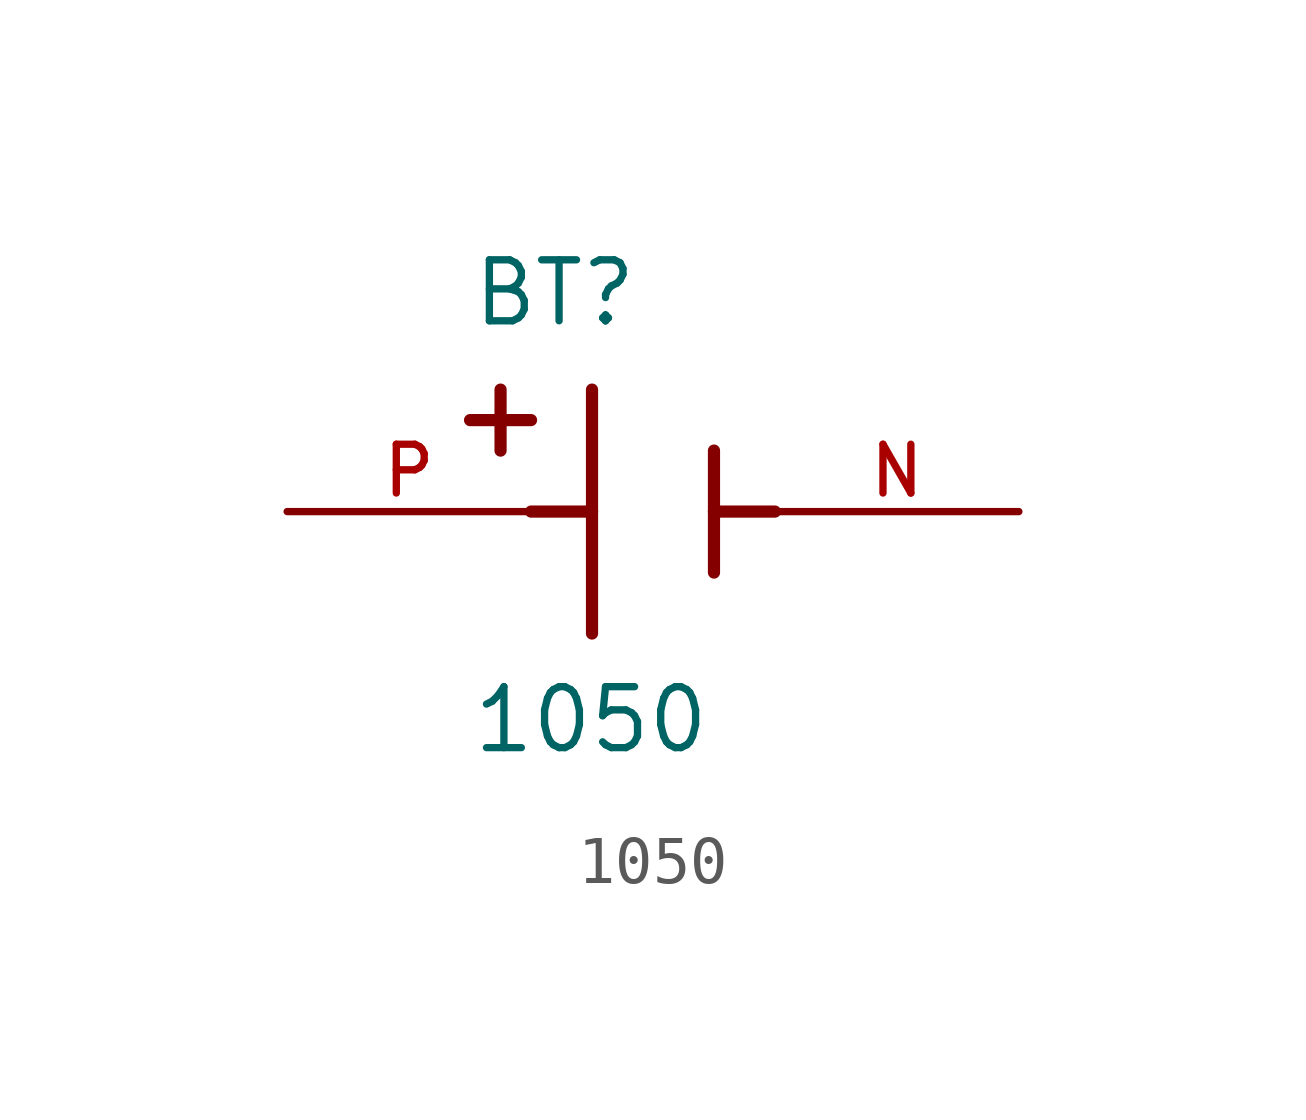
<source format=kicad_sym>
(kicad_symbol_lib
  (version 20211014)
  (generator kicad_symbol_editor)
  (symbol "1050"
    (pin_names
      (offset 1.016))
    (property "Reference" "BT"
      (at -3.81 3.81 0)
      (effects (font (size 1.27 1.27)) (justify bottom left)))
    (property "Value" "1050"
      (at -3.81 -5.08 0)
      (effects (font (size 1.27 1.27)) (justify bottom left)))
    (symbol "1050_0_0"
      (polyline (pts (xy -1.27 2.54) (xy -1.27 0.0)) (stroke (width 0.254)))
      (polyline (pts (xy -1.27 0.0) (xy -1.27 -2.54)) (stroke (width 0.254)))
      (polyline (pts (xy 1.27 1.27) (xy 1.27 0.0)) (stroke (width 0.254)))
      (polyline (pts (xy 1.27 0.0) (xy 1.27 -1.27)) (stroke (width 0.254)))
      (polyline (pts (xy -1.27 0.0) (xy -2.54 0.0)) (stroke (width 0.254)))
      (polyline (pts (xy 1.27 0.0) (xy 2.54 0.0)) (stroke (width 0.254)))
      (polyline (pts (xy -3.175 2.54) (xy -3.175 1.27)) (stroke (width 0.254)))
      (polyline (pts (xy -3.81 1.905) (xy -2.54 1.905)) (stroke (width 0.254)))
      (pin passive line (at -7.62 0.0 0) (length 5.08) (name "~" (effects (font (size 1.016 1.016)))) (number "P" (effects (font (size 1.016 1.016)))))
      (pin passive line (at 7.62 0.0 180.0) (length 5.08) (name "~" (effects (font (size 1.016 1.016)))) (number "N" (effects (font (size 1.016 1.016))))))))
</source>
